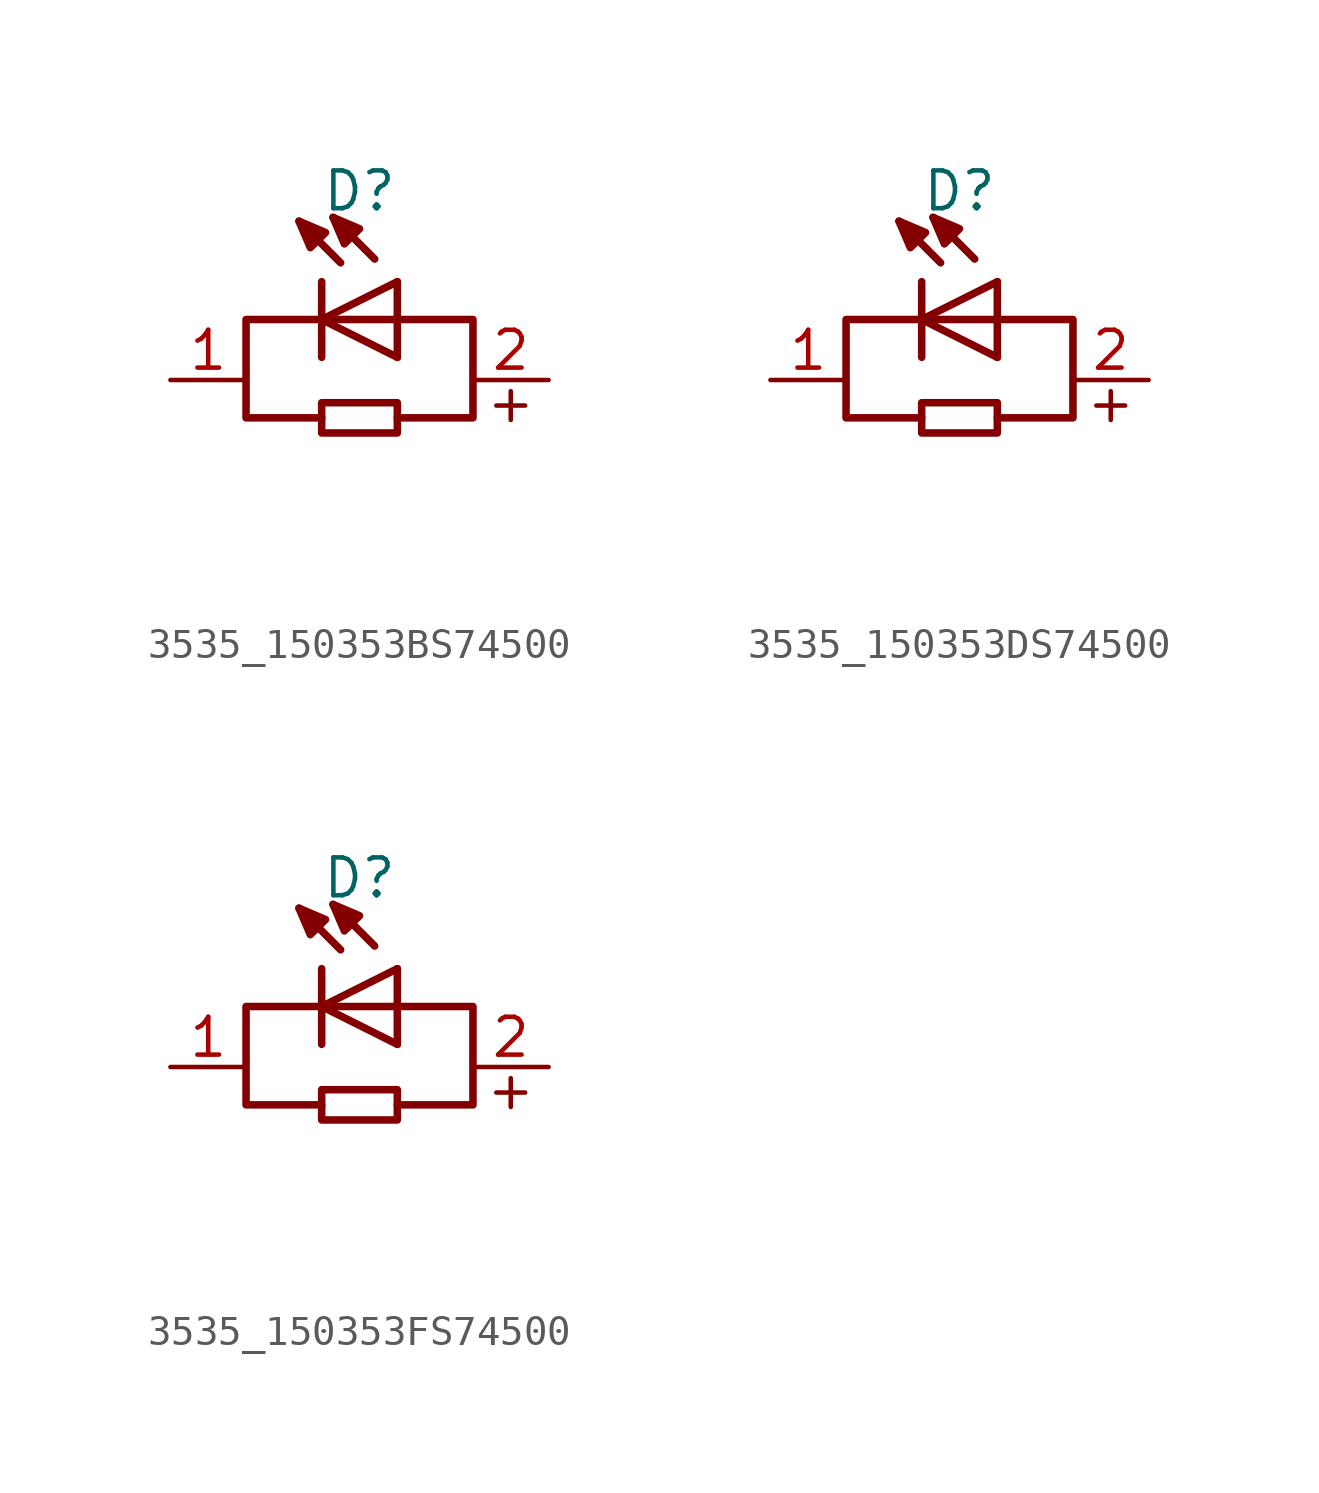
<source format=kicad_sym>
(kicad_symbol_lib
  (version 20220914)
  (generator kicad_symbol_editor)
  (symbol "3535_150353BS74500"
    (pin_names hide)
    (property "Reference" "D"
      (at 0 6.35 0)
      (effects (font (size 1.27 1.27))))
    (property "Critical Parameter" ""
      (at 0 -6.35 0)
      (effects (font (size 1.27 1.27)) (justify left)))
    (symbol "3535_150353BS74500_1_0"
      (polyline (pts (xy -1.27 2.032) (xy 1.27 2.032)) (stroke (width 0.254) (type solid)) (fill (type none)))
      (polyline (pts (xy -1.27 2.032) (xy 1.27 3.302)) (stroke (width 0.254) (type solid)) (fill (type none)))
      (polyline (pts (xy -1.27 3.302) (xy -1.27 0.762)) (stroke (width 0.254) (type solid)) (fill (type none)))
      (polyline (pts (xy -0.635 3.937) (xy -2.032 5.334)) (stroke (width 0.254) (type solid)) (fill (type none)))
      (polyline (pts (xy 0.508 4.064) (xy -0.889 5.461)) (stroke (width 0.254) (type solid)) (fill (type none)))
      (polyline (pts (xy 1.27 0.762) (xy -1.27 2.032)) (stroke (width 0.254) (type solid)) (fill (type none)))
      (polyline (pts (xy 1.27 3.302) (xy 1.27 0.762)) (stroke (width 0.254) (type solid)) (fill (type none)))
      (polyline (pts (xy -1.27 2.032) (xy -3.81 2.032) (xy -3.81 -1.27) (xy -1.27 -1.27)) (stroke (width 0.254) (type solid)) (fill (type none)))
      (polyline (pts (xy 1.27 -1.27) (xy 3.81 -1.27) (xy 3.81 2.032) (xy 1.27 2.032)) (stroke (width 0.254) (type solid)) (fill (type none)))
      (text "+" (at 5.08 -0.762 0) (effects (font (size 1.27 1.27)))))
    (symbol "3535_150353BS74500_1_1"
      (rectangle (start -1.27 -0.762) (end 1.27 -1.778) (stroke (width 0.254) (type solid)) (fill (type none)))
      (polyline (pts (xy -2.032 5.334) (xy -1.143 4.953) (xy -1.143 4.953) (xy -1.651 4.445) (xy -1.651 4.445) (xy -2.032 5.334)) (stroke (width 0.254) (type solid)) (fill (type outline)))
      (polyline (pts (xy -0.889 5.461) (xy 0 5.08) (xy 0 5.08) (xy -0.508 4.572) (xy -0.508 4.572) (xy -0.889 5.461)) (stroke (width 0.254) (type solid)) (fill (type outline)))
      (pin passive line (at -6.35 0 0) (length 2.54) (name "-" (effects (font (size 1.27 1.27)))) (number "1" (effects (font (size 1.27 1.27)))))
      (pin passive line (at 6.35 0 180) (length 2.54) (name "+" (effects (font (size 1.27 1.27)))) (number "2" (effects (font (size 1.27 1.27)))))))
  (symbol "3535_150353DS74500"
    (pin_names hide)
    (property "Reference" "D"
      (at 0 6.35 0)
      (effects (font (size 1.27 1.27))))
    (property "Critical Parameter" ""
      (at 0 -6.35 0)
      (effects (font (size 1.27 1.27)) (justify left)))
    (symbol "3535_150353DS74500_1_0"
      (polyline (pts (xy -1.27 2.032) (xy 1.27 2.032)) (stroke (width 0.254) (type solid)) (fill (type none)))
      (polyline (pts (xy -1.27 2.032) (xy 1.27 3.302)) (stroke (width 0.254) (type solid)) (fill (type none)))
      (polyline (pts (xy -1.27 3.302) (xy -1.27 0.762)) (stroke (width 0.254) (type solid)) (fill (type none)))
      (polyline (pts (xy -0.635 3.937) (xy -2.032 5.334)) (stroke (width 0.254) (type solid)) (fill (type none)))
      (polyline (pts (xy 0.508 4.064) (xy -0.889 5.461)) (stroke (width 0.254) (type solid)) (fill (type none)))
      (polyline (pts (xy 1.27 0.762) (xy -1.27 2.032)) (stroke (width 0.254) (type solid)) (fill (type none)))
      (polyline (pts (xy 1.27 3.302) (xy 1.27 0.762)) (stroke (width 0.254) (type solid)) (fill (type none)))
      (polyline (pts (xy -1.27 2.032) (xy -3.81 2.032) (xy -3.81 -1.27) (xy -1.27 -1.27)) (stroke (width 0.254) (type solid)) (fill (type none)))
      (polyline (pts (xy 1.27 -1.27) (xy 3.81 -1.27) (xy 3.81 2.032) (xy 1.27 2.032)) (stroke (width 0.254) (type solid)) (fill (type none)))
      (text "+" (at 5.08 -0.762 0) (effects (font (size 1.27 1.27)))))
    (symbol "3535_150353DS74500_1_1"
      (rectangle (start -1.27 -0.762) (end 1.27 -1.778) (stroke (width 0.254) (type solid)) (fill (type none)))
      (polyline (pts (xy -2.032 5.334) (xy -1.143 4.953) (xy -1.143 4.953) (xy -1.651 4.445) (xy -1.651 4.445) (xy -2.032 5.334)) (stroke (width 0.254) (type solid)) (fill (type outline)))
      (polyline (pts (xy -0.889 5.461) (xy 0 5.08) (xy 0 5.08) (xy -0.508 4.572) (xy -0.508 4.572) (xy -0.889 5.461)) (stroke (width 0.254) (type solid)) (fill (type outline)))
      (pin passive line (at -6.35 0 0) (length 2.54) (name "-" (effects (font (size 1.27 1.27)))) (number "1" (effects (font (size 1.27 1.27)))))
      (pin passive line (at 6.35 0 180) (length 2.54) (name "+" (effects (font (size 1.27 1.27)))) (number "2" (effects (font (size 1.27 1.27)))))))
  (symbol "3535_150353FS74500"
    (pin_names hide)
    (property "Reference" "D"
      (at 0 6.35 0)
      (effects (font (size 1.27 1.27))))
    (property "Critical Parameter" ""
      (at 0 -6.35 0)
      (effects (font (size 1.27 1.27)) (justify left)))
    (symbol "3535_150353FS74500_1_0"
      (polyline (pts (xy -1.27 2.032) (xy 1.27 2.032)) (stroke (width 0.254) (type solid)) (fill (type none)))
      (polyline (pts (xy -1.27 2.032) (xy 1.27 3.302)) (stroke (width 0.254) (type solid)) (fill (type none)))
      (polyline (pts (xy -1.27 3.302) (xy -1.27 0.762)) (stroke (width 0.254) (type solid)) (fill (type none)))
      (polyline (pts (xy -0.635 3.937) (xy -2.032 5.334)) (stroke (width 0.254) (type solid)) (fill (type none)))
      (polyline (pts (xy 0.508 4.064) (xy -0.889 5.461)) (stroke (width 0.254) (type solid)) (fill (type none)))
      (polyline (pts (xy 1.27 0.762) (xy -1.27 2.032)) (stroke (width 0.254) (type solid)) (fill (type none)))
      (polyline (pts (xy 1.27 3.302) (xy 1.27 0.762)) (stroke (width 0.254) (type solid)) (fill (type none)))
      (polyline (pts (xy -1.27 2.032) (xy -3.81 2.032) (xy -3.81 -1.27) (xy -1.27 -1.27)) (stroke (width 0.254) (type solid)) (fill (type none)))
      (polyline (pts (xy 1.27 -1.27) (xy 3.81 -1.27) (xy 3.81 2.032) (xy 1.27 2.032)) (stroke (width 0.254) (type solid)) (fill (type none)))
      (text "+" (at 5.08 -0.762 0) (effects (font (size 1.27 1.27)))))
    (symbol "3535_150353FS74500_1_1"
      (rectangle (start -1.27 -0.762) (end 1.27 -1.778) (stroke (width 0.254) (type solid)) (fill (type none)))
      (polyline (pts (xy -2.032 5.334) (xy -1.143 4.953) (xy -1.143 4.953) (xy -1.651 4.445) (xy -1.651 4.445) (xy -2.032 5.334)) (stroke (width 0.254) (type solid)) (fill (type outline)))
      (polyline (pts (xy -0.889 5.461) (xy 0 5.08) (xy 0 5.08) (xy -0.508 4.572) (xy -0.508 4.572) (xy -0.889 5.461)) (stroke (width 0.254) (type solid)) (fill (type outline)))
      (pin passive line (at -6.35 0 0) (length 2.54) (name "-" (effects (font (size 1.27 1.27)))) (number "1" (effects (font (size 1.27 1.27)))))
      (pin passive line (at 6.35 0 180) (length 2.54) (name "+" (effects (font (size 1.27 1.27)))) (number "2" (effects (font (size 1.27 1.27))))))))
</source>
